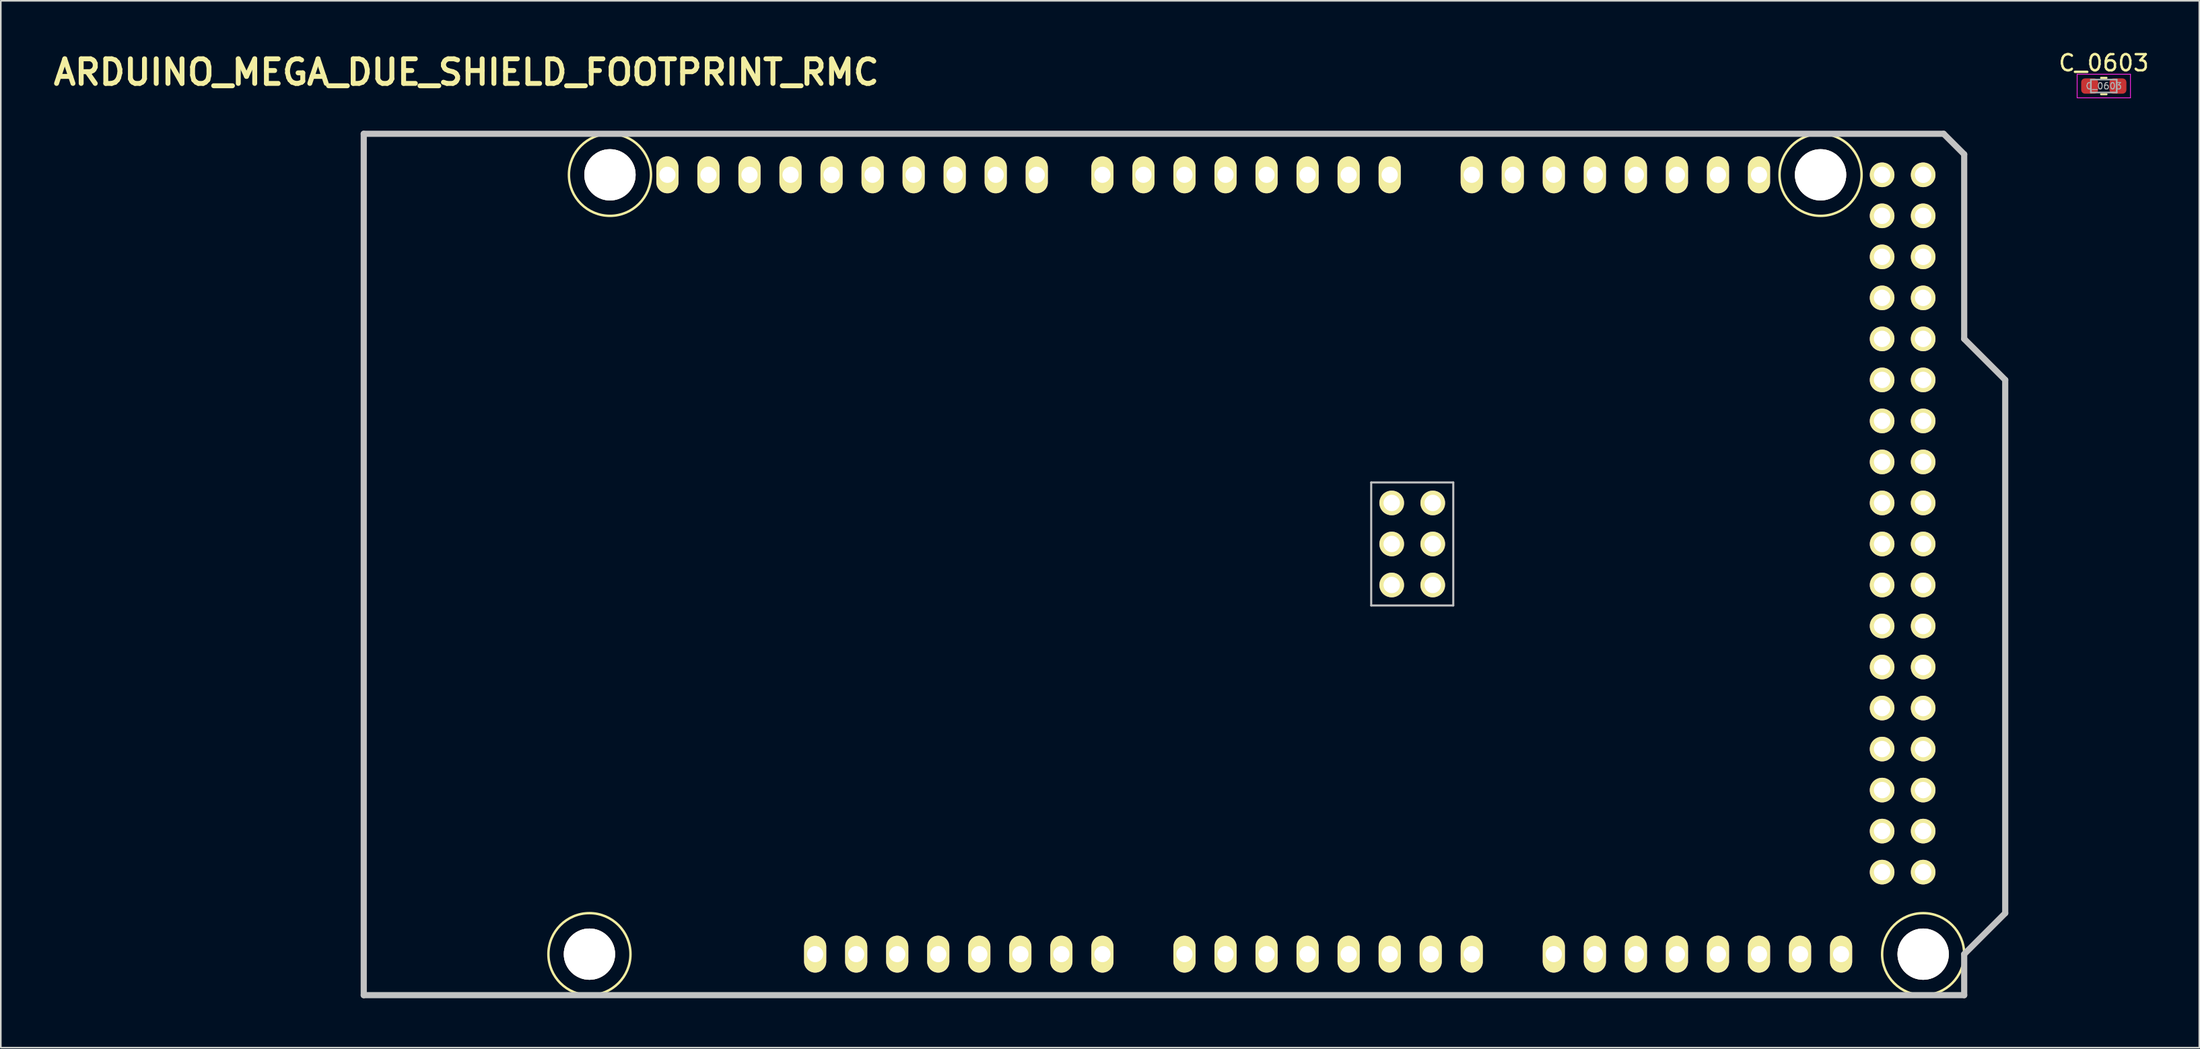
<source format=kicad_pcb>
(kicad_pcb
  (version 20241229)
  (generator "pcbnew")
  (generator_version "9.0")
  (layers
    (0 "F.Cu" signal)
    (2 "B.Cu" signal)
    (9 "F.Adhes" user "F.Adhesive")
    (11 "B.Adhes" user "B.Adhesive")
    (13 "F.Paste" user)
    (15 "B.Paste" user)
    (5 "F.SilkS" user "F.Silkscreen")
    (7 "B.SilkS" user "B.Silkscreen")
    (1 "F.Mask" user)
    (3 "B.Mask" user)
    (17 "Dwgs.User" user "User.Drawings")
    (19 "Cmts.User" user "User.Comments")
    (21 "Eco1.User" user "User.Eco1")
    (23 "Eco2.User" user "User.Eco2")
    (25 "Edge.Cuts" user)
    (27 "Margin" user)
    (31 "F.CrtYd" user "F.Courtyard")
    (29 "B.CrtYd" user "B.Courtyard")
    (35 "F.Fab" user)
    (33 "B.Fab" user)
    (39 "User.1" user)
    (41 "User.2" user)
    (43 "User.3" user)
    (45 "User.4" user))
  (footprint "ARDUINO_MEGA_DUE_SHIELD_FOOTPRINT_RMC"
    (layer "F.Cu")
    (at 19.464 58.576)
    (property "Reference" "ARDUINO_MEGA_DUE_SHIELD_FOOTPRINT_RMC" (at 6.35 -57.15 0) (layer "F.SilkS") (effects (font (size 1.524 1.524) (thickness 0.305))))
    (attr through_hole)
    (fp_circle (center 13.97 -2.54) (end 16.51 -2.54) (stroke (width 0.15) (type solid)) (fill no) (layer "F.SilkS"))
    (fp_circle (center 15.24 -50.8) (end 17.78 -50.8) (stroke (width 0.15) (type solid)) (fill no) (layer "F.SilkS"))
    (fp_circle (center 90.17 -50.8) (end 92.71 -50.8) (stroke (width 0.15) (type solid)) (fill no) (layer "F.SilkS"))
    (fp_circle (center 96.52 -2.54) (end 99.06 -2.54) (stroke (width 0.15) (type solid)) (fill no) (layer "F.SilkS"))
    (fp_line (start 0 0) (end 0 -53.34) (stroke (width 0.381) (type solid)) (layer "Dwgs.User"))
    (fp_line (start 62.357 -31.75) (end 62.357 -24.13) (stroke (width 0.127) (type solid)) (layer "Dwgs.User"))
    (fp_line (start 62.357 -24.13) (end 67.437 -24.13) (stroke (width 0.127) (type solid)) (layer "Dwgs.User"))
    (fp_line (start 67.437 -31.75) (end 62.357 -31.75) (stroke (width 0.127) (type solid)) (layer "Dwgs.User"))
    (fp_line (start 67.437 -24.13) (end 67.437 -31.75) (stroke (width 0.127) (type solid)) (layer "Dwgs.User"))
    (fp_line (start 97.79 -53.34) (end 0 -53.34) (stroke (width 0.381) (type solid)) (layer "Dwgs.User"))
    (fp_line (start 99.06 -52.07) (end 97.79 -53.34) (stroke (width 0.381) (type solid)) (layer "Dwgs.User"))
    (fp_line (start 99.06 -40.64) (end 99.06 -52.07) (stroke (width 0.381) (type solid)) (layer "Dwgs.User"))
    (fp_line (start 99.06 -40.64) (end 101.6 -38.1) (stroke (width 0.381) (type solid)) (layer "Dwgs.User"))
    (fp_line (start 99.06 -2.54) (end 99.06 0) (stroke (width 0.381) (type solid)) (layer "Dwgs.User"))
    (fp_line (start 99.06 0) (end 0 0) (stroke (width 0.381) (type solid)) (layer "Dwgs.User"))
    (fp_line (start 101.6 -38.1) (end 101.6 -5.08) (stroke (width 0.381) (type solid)) (layer "Dwgs.User"))
    (fp_line (start 101.6 -5.08) (end 99.06 -2.54) (stroke (width 0.381) (type solid)) (layer "Dwgs.User"))
    (pad "" thru_hole circle (at 13.97 -2.54 90) (size 3.175 3.175) (drill 3.175) (layers "*.Cu" "*.Mask" "F.SilkS"))
    (pad "" thru_hole circle (at 15.24 -50.8 90) (size 3.175 3.175) (drill 3.175) (layers "*.Cu" "*.Mask" "F.SilkS"))
    (pad "" thru_hole circle (at 90.17 -50.8 90) (size 3.175 3.175) (drill 3.175) (layers "*.Cu" "*.Mask" "F.SilkS"))
    (pad "" thru_hole circle (at 96.52 -2.54 90) (size 3.175 3.175) (drill 3.175) (layers "*.Cu" "*.Mask" "F.SilkS"))
    (pad "0" thru_hole oval (at 63.5 -50.8 90) (size 2.286 1.37) (drill 1) (layers "*.Cu" "*.Mask" "F.SilkS"))
    (pad "1" thru_hole oval (at 60.96 -50.8 90) (size 2.286 1.37) (drill 1) (layers "*.Cu" "*.Mask" "F.SilkS"))
    (pad "2" thru_hole oval (at 58.42 -50.8 90) (size 2.286 1.37) (drill 1) (layers "*.Cu" "*.Mask" "F.SilkS"))
    (pad "3" thru_hole oval (at 55.88 -50.8 90) (size 2.286 1.37) (drill 1) (layers "*.Cu" "*.Mask" "F.SilkS"))
    (pad "3V3" thru_hole oval (at 35.56 -2.54 90) (size 2.286 1.37) (drill 1) (layers "*.Cu" "*.Mask" "F.SilkS"))
    (pad "4" thru_hole oval (at 53.34 -50.8 90) (size 2.286 1.37) (drill 1) (layers "*.Cu" "*.Mask" "F.SilkS"))
    (pad "5" thru_hole oval (at 50.8 -50.8 90) (size 2.286 1.37) (drill 1) (layers "*.Cu" "*.Mask" "F.SilkS"))
    (pad "5V" thru_hole oval (at 38.1 -2.54 90) (size 2.286 1.37) (drill 1) (layers "*.Cu" "*.Mask" "F.SilkS"))
    (pad "5V_4" thru_hole circle (at 93.98 -50.8) (size 1.524 1.524) (drill 1.016) (layers "*.Cu" "*.Mask" "F.SilkS"))
    (pad "5V_5" thru_hole circle (at 96.52 -50.8) (size 1.524 1.524) (drill 1.016) (layers "*.Cu" "*.Mask" "F.SilkS"))
    (pad "5V_6" thru_hole circle (at 66.167 -30.48) (size 1.524 1.524) (drill 1.016) (layers "*.Cu" "*.Mask" "F.SilkS"))
    (pad "6" thru_hole oval (at 48.26 -50.8 90) (size 2.286 1.37) (drill 1) (layers "*.Cu" "*.Mask" "F.SilkS"))
    (pad "7" thru_hole oval (at 45.72 -50.8 90) (size 2.286 1.37) (drill 1) (layers "*.Cu" "*.Mask" "F.SilkS"))
    (pad "8" thru_hole oval (at 41.656 -50.8 90) (size 2.286 1.37) (drill 1) (layers "*.Cu" "*.Mask" "F.SilkS"))
    (pad "9" thru_hole oval (at 39.116 -50.8 90) (size 2.286 1.37) (drill 1) (layers "*.Cu" "*.Mask" "F.SilkS"))
    (pad "10" thru_hole oval (at 36.576 -50.8 90) (size 2.286 1.37) (drill 1) (layers "*.Cu" "*.Mask" "F.SilkS"))
    (pad "11" thru_hole oval (at 34.036 -50.8 90) (size 2.286 1.37) (drill 1) (layers "*.Cu" "*.Mask" "F.SilkS"))
    (pad "12" thru_hole oval (at 31.496 -50.8 90) (size 2.286 1.37) (drill 1) (layers "*.Cu" "*.Mask" "F.SilkS"))
    (pad "13" thru_hole oval (at 28.956 -50.8 90) (size 2.286 1.37) (drill 1) (layers "*.Cu" "*.Mask" "F.SilkS"))
    (pad "14" thru_hole oval (at 68.58 -50.8 90) (size 2.286 1.37) (drill 1) (layers "*.Cu" "*.Mask" "F.SilkS"))
    (pad "15" thru_hole oval (at 71.12 -50.8 90) (size 2.286 1.37) (drill 1) (layers "*.Cu" "*.Mask" "F.SilkS"))
    (pad "16" thru_hole oval (at 73.66 -50.8 90) (size 2.286 1.37) (drill 1) (layers "*.Cu" "*.Mask" "F.SilkS"))
    (pad "17" thru_hole oval (at 76.2 -50.8 90) (size 2.286 1.37) (drill 1) (layers "*.Cu" "*.Mask" "F.SilkS"))
    (pad "18" thru_hole oval (at 78.74 -50.8 90) (size 2.286 1.37) (drill 1) (layers "*.Cu" "*.Mask" "F.SilkS"))
    (pad "19" thru_hole oval (at 81.28 -50.8 90) (size 2.286 1.37) (drill 1) (layers "*.Cu" "*.Mask" "F.SilkS"))
    (pad "20" thru_hole oval (at 83.82 -50.8 90) (size 2.286 1.37) (drill 1) (layers "*.Cu" "*.Mask" "F.SilkS"))
    (pad "21" thru_hole oval (at 86.36 -50.8 90) (size 2.286 1.37) (drill 1) (layers "*.Cu" "*.Mask" "F.SilkS"))
    (pad "22" thru_hole circle (at 93.98 -48.26) (size 1.524 1.524) (drill 1.016) (layers "*.Cu" "*.Mask" "F.SilkS"))
    (pad "23" thru_hole circle (at 96.52 -48.26) (size 1.524 1.524) (drill 1.016) (layers "*.Cu" "*.Mask" "F.SilkS"))
    (pad "24" thru_hole circle (at 93.98 -45.72) (size 1.524 1.524) (drill 1.016) (layers "*.Cu" "*.Mask" "F.SilkS"))
    (pad "25" thru_hole circle (at 96.52 -45.72) (size 1.524 1.524) (drill 1.016) (layers "*.Cu" "*.Mask" "F.SilkS"))
    (pad "26" thru_hole circle (at 93.98 -43.18) (size 1.524 1.524) (drill 1.016) (layers "*.Cu" "*.Mask" "F.SilkS"))
    (pad "27" thru_hole circle (at 96.52 -43.18) (size 1.524 1.524) (drill 1.016) (layers "*.Cu" "*.Mask" "F.SilkS"))
    (pad "28" thru_hole circle (at 93.98 -40.64) (size 1.524 1.524) (drill 1.016) (layers "*.Cu" "*.Mask" "F.SilkS"))
    (pad "29" thru_hole circle (at 96.52 -40.64) (size 1.524 1.524) (drill 1.016) (layers "*.Cu" "*.Mask" "F.SilkS"))
    (pad "30" thru_hole circle (at 93.98 -38.1) (size 1.524 1.524) (drill 1.016) (layers "*.Cu" "*.Mask" "F.SilkS"))
    (pad "31" thru_hole circle (at 96.52 -38.1) (size 1.524 1.524) (drill 1.016) (layers "*.Cu" "*.Mask" "F.SilkS"))
    (pad "32" thru_hole circle (at 93.98 -35.56) (size 1.524 1.524) (drill 1.016) (layers "*.Cu" "*.Mask" "F.SilkS"))
    (pad "33" thru_hole circle (at 96.52 -35.56) (size 1.524 1.524) (drill 1.016) (layers "*.Cu" "*.Mask" "F.SilkS"))
    (pad "34" thru_hole circle (at 93.98 -33.02) (size 1.524 1.524) (drill 1.016) (layers "*.Cu" "*.Mask" "F.SilkS"))
    (pad "35" thru_hole circle (at 96.52 -33.02) (size 1.524 1.524) (drill 1.016) (layers "*.Cu" "*.Mask" "F.SilkS"))
    (pad "36" thru_hole circle (at 93.98 -30.48) (size 1.524 1.524) (drill 1.016) (layers "*.Cu" "*.Mask" "F.SilkS"))
    (pad "37" thru_hole circle (at 96.52 -30.48) (size 1.524 1.524) (drill 1.016) (layers "*.Cu" "*.Mask" "F.SilkS"))
    (pad "38" thru_hole circle (at 93.98 -27.94) (size 1.524 1.524) (drill 1.016) (layers "*.Cu" "*.Mask" "F.SilkS"))
    (pad "39" thru_hole circle (at 96.52 -27.94) (size 1.524 1.524) (drill 1.016) (layers "*.Cu" "*.Mask" "F.SilkS"))
    (pad "40" thru_hole circle (at 93.98 -25.4) (size 1.524 1.524) (drill 1.016) (layers "*.Cu" "*.Mask" "F.SilkS"))
    (pad "41" thru_hole circle (at 96.52 -25.4) (size 1.524 1.524) (drill 1.016) (layers "*.Cu" "*.Mask" "F.SilkS"))
    (pad "42" thru_hole circle (at 93.98 -22.86) (size 1.524 1.524) (drill 1.016) (layers "*.Cu" "*.Mask" "F.SilkS"))
    (pad "43" thru_hole circle (at 96.52 -22.86) (size 1.524 1.524) (drill 1.016) (layers "*.Cu" "*.Mask" "F.SilkS"))
    (pad "44" thru_hole circle (at 93.98 -20.32) (size 1.524 1.524) (drill 1.016) (layers "*.Cu" "*.Mask" "F.SilkS"))
    (pad "45" thru_hole circle (at 96.52 -20.32) (size 1.524 1.524) (drill 1.016) (layers "*.Cu" "*.Mask" "F.SilkS"))
    (pad "46" thru_hole circle (at 93.98 -17.78) (size 1.524 1.524) (drill 1.016) (layers "*.Cu" "*.Mask" "F.SilkS"))
    (pad "47" thru_hole circle (at 96.52 -17.78) (size 1.524 1.524) (drill 1.016) (layers "*.Cu" "*.Mask" "F.SilkS"))
    (pad "48" thru_hole circle (at 93.98 -15.24) (size 1.524 1.524) (drill 1.016) (layers "*.Cu" "*.Mask" "F.SilkS"))
    (pad "49" thru_hole circle (at 96.52 -15.24) (size 1.524 1.524) (drill 1.016) (layers "*.Cu" "*.Mask" "F.SilkS"))
    (pad "50" thru_hole circle (at 93.98 -12.7) (size 1.524 1.524) (drill 1.016) (layers "*.Cu" "*.Mask" "F.SilkS"))
    (pad "51" thru_hole circle (at 96.52 -12.7) (size 1.524 1.524) (drill 1.016) (layers "*.Cu" "*.Mask" "F.SilkS"))
    (pad "52" thru_hole circle (at 93.98 -10.16) (size 1.524 1.524) (drill 1.016) (layers "*.Cu" "*.Mask" "F.SilkS"))
    (pad "53" thru_hole circle (at 96.52 -10.16) (size 1.524 1.524) (drill 1.016) (layers "*.Cu" "*.Mask" "F.SilkS"))
    (pad "AD0" thru_hole oval (at 50.8 -2.54 90) (size 2.286 1.37) (drill 1) (layers "*.Cu" "*.Mask" "F.SilkS"))
    (pad "AD1" thru_hole oval (at 53.34 -2.54 90) (size 2.286 1.37) (drill 1) (layers "*.Cu" "*.Mask" "F.SilkS"))
    (pad "AD2" thru_hole oval (at 55.88 -2.54 90) (size 2.286 1.37) (drill 1) (layers "*.Cu" "*.Mask" "F.SilkS"))
    (pad "AD3" thru_hole oval (at 58.42 -2.54 90) (size 2.286 1.37) (drill 1) (layers "*.Cu" "*.Mask" "F.SilkS"))
    (pad "AD4" thru_hole oval (at 60.96 -2.54 90) (size 2.286 1.37) (drill 1) (layers "*.Cu" "*.Mask" "F.SilkS"))
    (pad "AD5" thru_hole oval (at 63.5 -2.54 90) (size 2.286 1.37) (drill 1) (layers "*.Cu" "*.Mask" "F.SilkS"))
    (pad "AD6" thru_hole oval (at 66.04 -2.54 90) (size 2.286 1.37) (drill 1) (layers "*.Cu" "*.Mask" "F.SilkS"))
    (pad "AD7" thru_hole oval (at 68.58 -2.54 90) (size 2.286 1.37) (drill 1) (layers "*.Cu" "*.Mask" "F.SilkS"))
    (pad "AD8" thru_hole oval (at 73.66 -2.54 90) (size 2.286 1.37) (drill 1) (layers "*.Cu" "*.Mask" "F.SilkS"))
    (pad "AD9" thru_hole oval (at 76.2 -2.54 90) (size 2.286 1.37) (drill 1) (layers "*.Cu" "*.Mask" "F.SilkS"))
    (pad "AD10" thru_hole oval (at 78.74 -2.54 90) (size 2.286 1.37) (drill 1) (layers "*.Cu" "*.Mask" "F.SilkS"))
    (pad "AD11" thru_hole oval (at 81.28 -2.54 90) (size 2.286 1.37) (drill 1) (layers "*.Cu" "*.Mask" "F.SilkS"))
    (pad "AD12" thru_hole oval (at 83.82 -2.54 90) (size 2.286 1.37) (drill 1) (layers "*.Cu" "*.Mask" "F.SilkS"))
    (pad "AD13" thru_hole oval (at 86.36 -2.54 90) (size 2.286 1.37) (drill 1) (layers "*.Cu" "*.Mask" "F.SilkS"))
    (pad "AD14" thru_hole oval (at 88.9 -2.54 90) (size 2.286 1.37) (drill 1) (layers "*.Cu" "*.Mask" "F.SilkS"))
    (pad "AD15" thru_hole oval (at 91.44 -2.54 90) (size 2.286 1.37) (drill 1) (layers "*.Cu" "*.Mask" "F.SilkS"))
    (pad "AREF" thru_hole oval (at 23.876 -50.8 90) (size 2.286 1.37) (drill 1) (layers "*.Cu" "*.Mask" "F.SilkS"))
    (pad "GND" thru_hole oval (at 26.416 -50.8 90) (size 2.286 1.37) (drill 1) (layers "*.Cu" "*.Mask" "F.SilkS"))
    (pad "GND" thru_hole oval (at 40.64 -2.54 90) (size 2.286 1.37) (drill 1) (layers "*.Cu" "*.Mask" "F.SilkS"))
    (pad "GND" thru_hole oval (at 43.18 -2.54 90) (size 2.286 1.37) (drill 1) (layers "*.Cu" "*.Mask" "F.SilkS"))
    (pad "GND4" thru_hole circle (at 93.98 -7.62) (size 1.524 1.524) (drill 1.016) (layers "*.Cu" "*.Mask" "F.SilkS"))
    (pad "GND5" thru_hole circle (at 96.52 -7.62) (size 1.524 1.524) (drill 1.016) (layers "*.Cu" "*.Mask" "F.SilkS"))
    (pad "GND6" thru_hole circle (at 66.167 -25.4) (size 1.524 1.524) (drill 1.016) (layers "*.Cu" "*.Mask" "F.SilkS"))
    (pad "IORF" thru_hole oval (at 30.48 -2.54 90) (size 2.286 1.37) (drill 1) (layers "*.Cu" "*.Mask" "F.SilkS"))
    (pad "MISO" thru_hole circle (at 63.627 -30.48) (size 1.524 1.524) (drill 1.016) (layers "*.Cu" "*.Mask" "F.SilkS"))
    (pad "MOSI" thru_hole circle (at 66.167 -27.94) (size 1.524 1.524) (drill 1.016) (layers "*.Cu" "*.Mask" "F.SilkS"))
    (pad "NC1" thru_hole oval (at 27.94 -2.54 90) (size 2.286 1.37) (drill 1) (layers "*.Cu" "*.Mask" "F.SilkS"))
    (pad "RST" thru_hole oval (at 33.02 -2.54 90) (size 2.286 1.37) (drill 1) (layers "*.Cu" "*.Mask" "F.SilkS"))
    (pad "RST2" thru_hole circle (at 63.627 -25.4) (size 1.524 1.524) (drill 1.016) (layers "*.Cu" "*.Mask" "F.SilkS"))
    (pad "SCK" thru_hole circle (at 63.627 -27.94) (size 1.524 1.524) (drill 1.016) (layers "*.Cu" "*.Mask" "F.SilkS"))
    (pad "SCL1" thru_hole oval (at 18.796 -50.8 90) (size 2.286 1.37) (drill 1) (layers "*.Cu" "*.Mask" "F.SilkS"))
    (pad "SDA1" thru_hole oval (at 21.336 -50.8 90) (size 2.286 1.37) (drill 1) (layers "*.Cu" "*.Mask" "F.SilkS"))
    (pad "V_IN" thru_hole oval (at 45.72 -2.54 90) (size 2.286 1.37) (drill 1) (layers "*.Cu" "*.Mask" "F.SilkS")))
  (footprint "C_0603"
    (layer "F.Cu")
    (at 127.165 2.278)
    (property "Reference" "C_0603" (at 0 -1.43 0) (layer "F.SilkS") (effects (font (size 1 1) (thickness 0.15))))
    (attr smd)
    (fp_line (start -0.171 -0.51) (end 0.171 -0.51) (stroke (width 0.12) (type solid)) (layer "F.SilkS"))
    (fp_line (start -0.171 0.51) (end 0.171 0.51) (stroke (width 0.12) (type solid)) (layer "F.SilkS"))
    (fp_line (start -1.65 -0.73) (end 1.65 -0.73) (stroke (width 0.05) (type solid)) (layer "F.CrtYd"))
    (fp_line (start -1.65 0.73) (end -1.65 -0.73) (stroke (width 0.05) (type solid)) (layer "F.CrtYd"))
    (fp_line (start 1.65 -0.73) (end 1.65 0.73) (stroke (width 0.05) (type solid)) (layer "F.CrtYd"))
    (fp_line (start 1.65 0.73) (end -1.65 0.73) (stroke (width 0.05) (type solid)) (layer "F.CrtYd"))
    (fp_line (start -0.8 -0.4) (end 0.8 -0.4) (stroke (width 0.1) (type solid)) (layer "F.Fab"))
    (fp_line (start -0.8 0.4) (end -0.8 -0.4) (stroke (width 0.1) (type solid)) (layer "F.Fab"))
    (fp_line (start 0.8 -0.4) (end 0.8 0.4) (stroke (width 0.1) (type solid)) (layer "F.Fab"))
    (fp_line (start 0.8 0.4) (end -0.8 0.4) (stroke (width 0.1) (type solid)) (layer "F.Fab"))
    (fp_text user "${REFERENCE}" (at 0 0 0) (layer "F.Fab") (effects (font (size 0.4 0.4) (thickness 0.06))))
    (pad "1" smd roundrect (at -0.875 0) (size 1.05 0.95) (layers "F.Cu" "F.Mask" "F.Paste") (roundrect_rratio 0.25))
    (pad "2" smd roundrect (at 0.875 0) (size 1.05 0.95) (layers "F.Cu" "F.Mask" "F.Paste") (roundrect_rratio 0.25)))
  (gr_rect
    (start -3 -3)
    (end 133.076 61.826)
    (stroke (width 0.1) (type default))
    (fill no)
    (layer "Edge.Cuts")))
</source>
